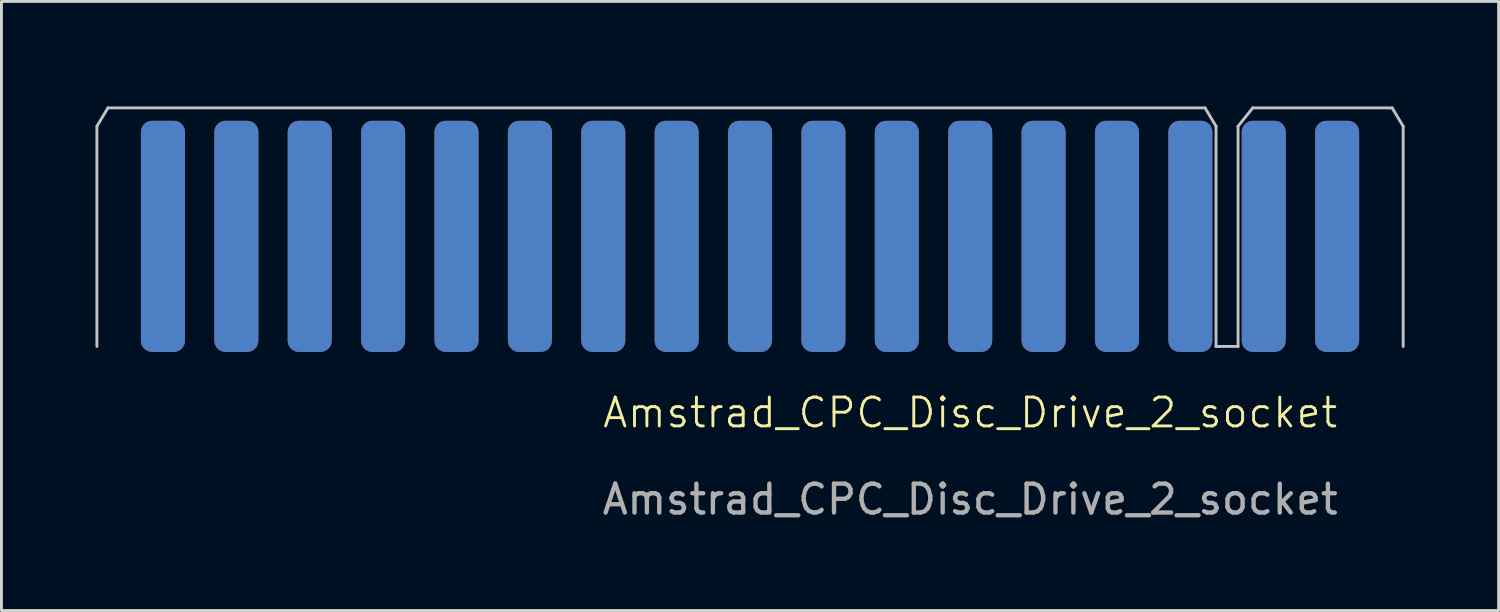
<source format=kicad_pcb>
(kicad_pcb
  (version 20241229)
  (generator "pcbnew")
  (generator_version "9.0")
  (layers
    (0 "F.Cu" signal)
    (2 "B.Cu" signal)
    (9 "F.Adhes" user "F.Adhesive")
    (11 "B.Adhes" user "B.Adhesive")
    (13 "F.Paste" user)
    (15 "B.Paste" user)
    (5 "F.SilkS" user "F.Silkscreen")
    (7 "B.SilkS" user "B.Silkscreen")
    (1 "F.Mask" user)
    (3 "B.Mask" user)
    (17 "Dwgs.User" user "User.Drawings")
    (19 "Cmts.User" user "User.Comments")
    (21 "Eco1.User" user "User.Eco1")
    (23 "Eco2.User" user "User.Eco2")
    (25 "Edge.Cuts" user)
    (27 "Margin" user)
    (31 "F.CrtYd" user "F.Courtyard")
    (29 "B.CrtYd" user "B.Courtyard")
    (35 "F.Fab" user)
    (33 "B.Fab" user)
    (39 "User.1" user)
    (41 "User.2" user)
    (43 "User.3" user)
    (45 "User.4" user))
  (footprint "Amstrad_CPC_Disc_Drive_2_socket"
    (layer "F.Cu")
    (at 30.53 11.734)
    (property "Reference" "Amstrad_CPC_Disc_Drive_2_socket" (at 0 -0.5 0) (unlocked yes) (layer "F.SilkS") (effects (font (size 1 1) (thickness 0.1))))
    (attr smd)
    (fp_poly (pts (xy -30.48 -11.684) (xy 15.24 -11.684) (xy 15.24 -2.794) (xy -30.48 -2.794)) (stroke (width 0.1) (type solid)) (fill yes) (layer "F.Mask"))
    (fp_poly (pts (xy 15.24 -11.684) (xy -30.48 -11.684) (xy -30.48 -2.794) (xy 15.24 -2.794)) (stroke (width 0.1) (type solid)) (fill yes) (layer "B.Mask"))
    (fp_line (start -30.226 -10.414) (end -30.226 -2.794) (stroke (width 0.1) (type default)) (layer "Dwgs.User"))
    (fp_line (start -29.845 -11.049) (end -30.226 -10.414) (stroke (width 0.1) (type default)) (layer "Dwgs.User"))
    (fp_line (start 8.128 -11.049) (end -29.845 -11.049) (stroke (width 0.1) (type default)) (layer "Dwgs.User"))
    (fp_line (start 8.509 -10.414) (end 8.128 -11.049) (stroke (width 0.1) (type default)) (layer "Dwgs.User"))
    (fp_line (start 8.509 -2.794) (end 8.509 -10.414) (stroke (width 0.1) (type default)) (layer "Dwgs.User"))
    (fp_line (start 8.509 -2.794) (end 8.636 -2.794) (stroke (width 0.1) (type default)) (layer "Dwgs.User"))
    (fp_line (start 8.636 -2.794) (end 9.271 -2.794) (stroke (width 0.1) (type default)) (layer "Dwgs.User"))
    (fp_line (start 9.271 -10.414) (end 9.779 -11.049) (stroke (width 0.1) (type default)) (layer "Dwgs.User"))
    (fp_line (start 9.271 -2.794) (end 9.271 -10.414) (stroke (width 0.1) (type default)) (layer "Dwgs.User"))
    (fp_line (start 9.779 -11.049) (end 14.605 -11.049) (stroke (width 0.1) (type default)) (layer "Dwgs.User"))
    (fp_line (start 14.986 -10.414) (end 14.605 -11.049) (stroke (width 0.1) (type default)) (layer "Dwgs.User"))
    (fp_line (start 14.986 -2.794) (end 14.986 -10.414) (stroke (width 0.1) (type default)) (layer "Dwgs.User"))
    (fp_text user "${REFERENCE}" (at 0 2.5 0) (unlocked yes) (layer "F.Fab") (effects (font (size 1 1) (thickness 0.15))))
    (pad "1" smd roundrect (at 12.7 -6.604) (size 1.524 8) (layers "B.Cu" "B.Mask" "B.Paste") (roundrect_rratio 0.25))
    (pad "2" smd roundrect (at 12.7 -6.604) (size 1.524 8) (layers "F.Cu" "F.Mask" "F.Paste") (roundrect_rratio 0.25))
    (pad "3" smd roundrect (at 10.16 -6.604) (size 1.524 8) (layers "B.Cu" "B.Mask" "B.Paste") (roundrect_rratio 0.25))
    (pad "4" smd roundrect (at 10.16 -6.604) (size 1.524 8) (layers "F.Cu" "F.Mask" "F.Paste") (roundrect_rratio 0.25))
    (pad "5" smd roundrect (at 7.62 -6.604) (size 1.524 8) (layers "B.Cu" "B.Mask" "B.Paste") (roundrect_rratio 0.25))
    (pad "6" smd roundrect (at 7.62 -6.604) (size 1.524 8) (layers "F.Cu" "F.Mask" "F.Paste") (roundrect_rratio 0.25))
    (pad "7" smd roundrect (at 5.08 -6.604) (size 1.524 8) (layers "B.Cu" "B.Mask" "B.Paste") (roundrect_rratio 0.25))
    (pad "8" smd roundrect (at 5.08 -6.604) (size 1.524 8) (layers "F.Cu" "F.Mask" "F.Paste") (roundrect_rratio 0.25))
    (pad "9" smd roundrect (at 2.54 -6.604) (size 1.524 8) (layers "B.Cu" "B.Mask" "B.Paste") (roundrect_rratio 0.25))
    (pad "10" smd roundrect (at 2.54 -6.604) (size 1.524 8) (layers "F.Cu" "F.Mask" "F.Paste") (roundrect_rratio 0.25))
    (pad "11" smd roundrect (at 0 -6.604) (size 1.524 8) (layers "B.Cu" "B.Mask" "B.Paste") (roundrect_rratio 0.25))
    (pad "12" smd roundrect (at 0 -6.604) (size 1.524 8) (layers "F.Cu" "F.Mask" "F.Paste") (roundrect_rratio 0.25))
    (pad "13" smd roundrect (at -2.54 -6.604) (size 1.524 8) (layers "B.Cu" "B.Mask" "B.Paste") (roundrect_rratio 0.25))
    (pad "14" smd roundrect (at -2.54 -6.604) (size 1.524 8) (layers "F.Cu" "F.Mask" "F.Paste") (roundrect_rratio 0.25))
    (pad "15" smd roundrect (at -5.08 -6.604) (size 1.524 8) (layers "B.Cu" "B.Mask" "B.Paste") (roundrect_rratio 0.25))
    (pad "16" smd roundrect (at -5.08 -6.604) (size 1.524 8) (layers "F.Cu" "F.Mask" "F.Paste") (roundrect_rratio 0.25))
    (pad "17" smd roundrect (at -7.62 -6.604) (size 1.524 8) (layers "B.Cu" "B.Mask" "B.Paste") (roundrect_rratio 0.25))
    (pad "18" smd roundrect (at -7.62 -6.604) (size 1.524 8) (layers "F.Cu" "F.Mask" "F.Paste") (roundrect_rratio 0.25))
    (pad "19" smd roundrect (at -10.16 -6.604) (size 1.524 8) (layers "B.Cu" "B.Mask" "B.Paste") (roundrect_rratio 0.25))
    (pad "20" smd roundrect (at -10.16 -6.604) (size 1.524 8) (layers "F.Cu" "F.Mask" "F.Paste") (roundrect_rratio 0.25))
    (pad "21" smd roundrect (at -12.7 -6.604) (size 1.524 8) (layers "B.Cu" "B.Mask" "B.Paste") (roundrect_rratio 0.25))
    (pad "22" smd roundrect (at -12.7 -6.604) (size 1.524 8) (layers "F.Cu" "F.Mask" "F.Paste") (roundrect_rratio 0.25))
    (pad "23" smd roundrect (at -15.24 -6.604) (size 1.524 8) (layers "B.Cu" "B.Mask" "B.Paste") (roundrect_rratio 0.25))
    (pad "24" smd roundrect (at -15.24 -6.604) (size 1.524 8) (layers "F.Cu" "F.Mask" "F.Paste") (roundrect_rratio 0.25))
    (pad "25" smd roundrect (at -17.78 -6.604) (size 1.524 8) (layers "B.Cu" "B.Mask" "B.Paste") (roundrect_rratio 0.25))
    (pad "26" smd roundrect (at -17.78 -6.604) (size 1.524 8) (layers "F.Cu" "F.Mask" "F.Paste") (roundrect_rratio 0.25))
    (pad "27" smd roundrect (at -20.32 -6.604) (size 1.524 8) (layers "B.Cu" "B.Mask" "B.Paste") (roundrect_rratio 0.25))
    (pad "28" smd roundrect (at -20.32 -6.604) (size 1.524 8) (layers "F.Cu" "F.Mask" "F.Paste") (roundrect_rratio 0.25))
    (pad "29" smd roundrect (at -22.86 -6.604) (size 1.524 8) (layers "B.Cu" "B.Mask" "B.Paste") (roundrect_rratio 0.25))
    (pad "30" smd roundrect (at -22.86 -6.604) (size 1.524 8) (layers "F.Cu" "F.Mask" "F.Paste") (roundrect_rratio 0.25))
    (pad "31" smd roundrect (at -25.4 -6.604) (size 1.524 8) (layers "B.Cu" "B.Mask" "B.Paste") (roundrect_rratio 0.25))
    (pad "32" smd roundrect (at -25.4 -6.604) (size 1.524 8) (layers "F.Cu" "F.Mask" "F.Paste") (roundrect_rratio 0.25))
    (pad "33" smd roundrect (at -27.94 -6.604) (size 1.524 8) (layers "B.Cu" "B.Mask" "B.Paste") (roundrect_rratio 0.25))
    (pad "34" smd roundrect (at -27.94 -6.604) (size 1.524 8) (layers "F.Cu" "F.Mask" "F.Paste") (roundrect_rratio 0.25)))
  (gr_rect
    (start -3 -3)
    (end 48.82 18.082)
    (stroke (width 0.1) (type default))
    (fill no)
    (layer "Edge.Cuts")))
</source>
